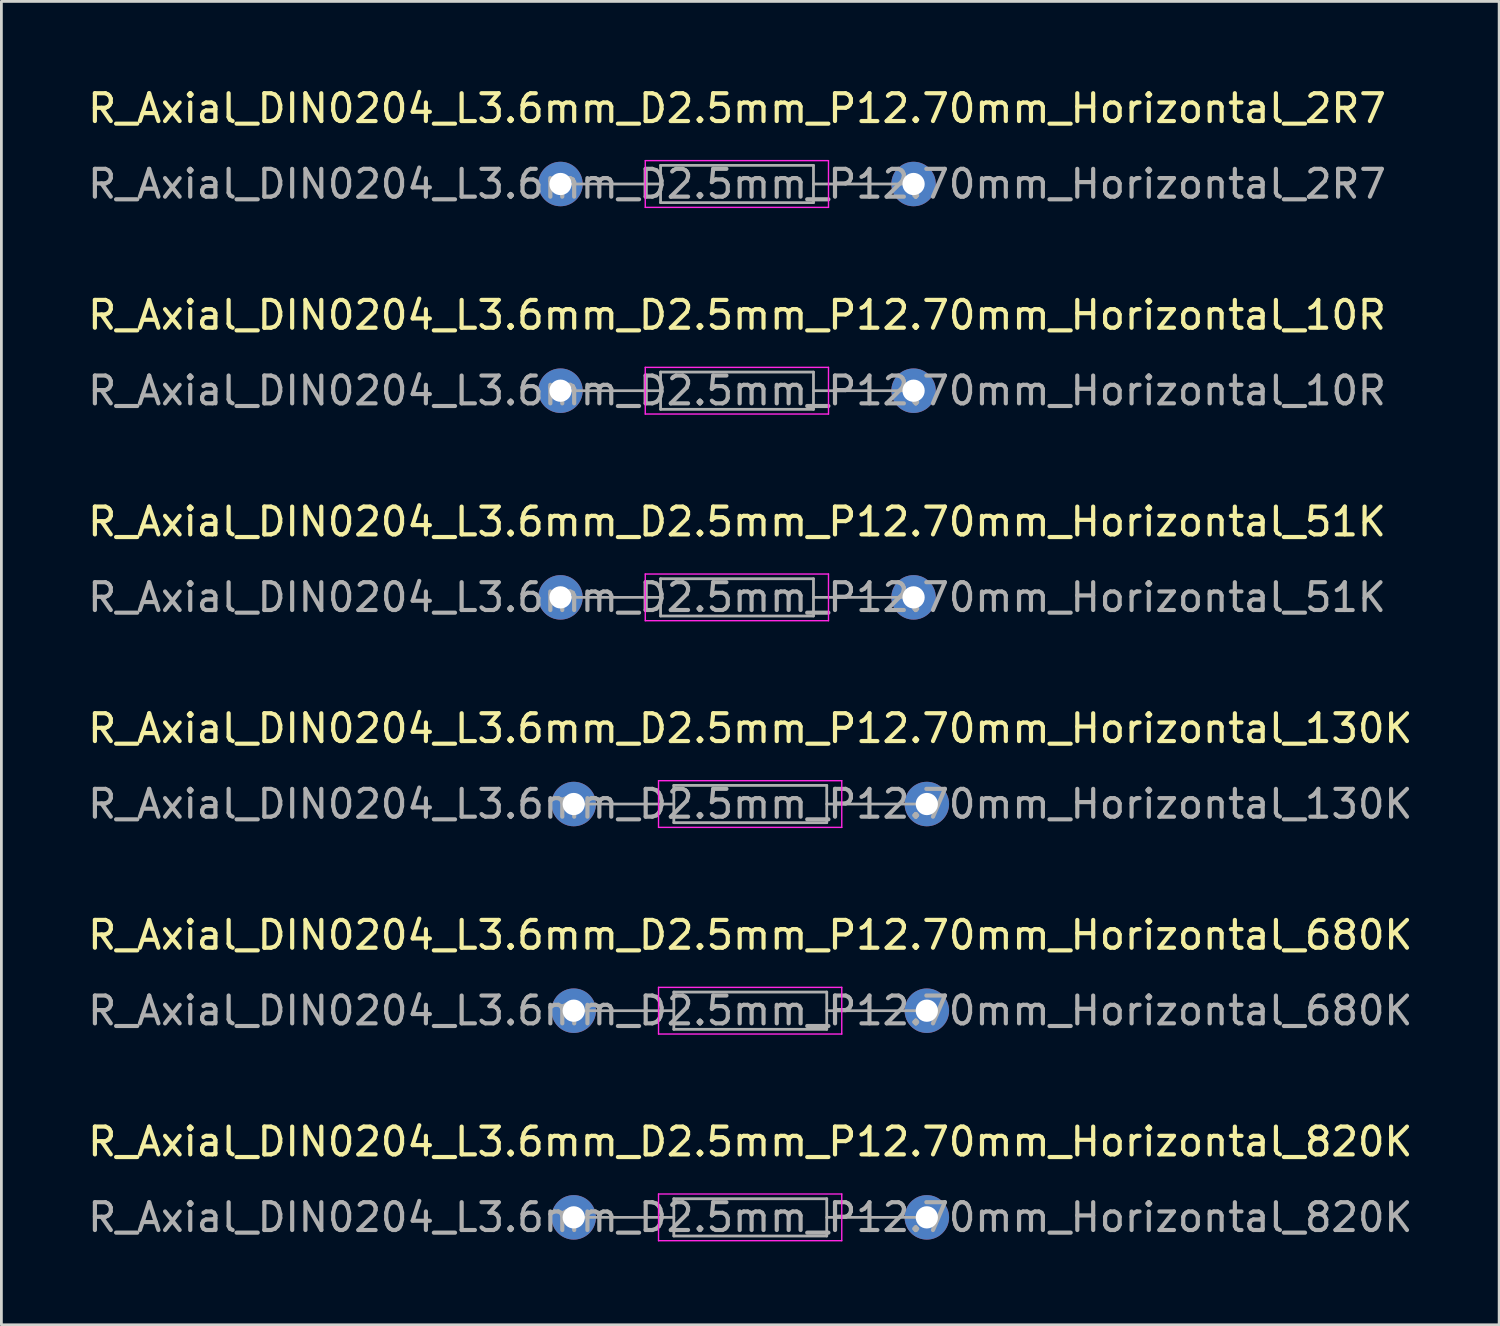
<source format=kicad_pcb>
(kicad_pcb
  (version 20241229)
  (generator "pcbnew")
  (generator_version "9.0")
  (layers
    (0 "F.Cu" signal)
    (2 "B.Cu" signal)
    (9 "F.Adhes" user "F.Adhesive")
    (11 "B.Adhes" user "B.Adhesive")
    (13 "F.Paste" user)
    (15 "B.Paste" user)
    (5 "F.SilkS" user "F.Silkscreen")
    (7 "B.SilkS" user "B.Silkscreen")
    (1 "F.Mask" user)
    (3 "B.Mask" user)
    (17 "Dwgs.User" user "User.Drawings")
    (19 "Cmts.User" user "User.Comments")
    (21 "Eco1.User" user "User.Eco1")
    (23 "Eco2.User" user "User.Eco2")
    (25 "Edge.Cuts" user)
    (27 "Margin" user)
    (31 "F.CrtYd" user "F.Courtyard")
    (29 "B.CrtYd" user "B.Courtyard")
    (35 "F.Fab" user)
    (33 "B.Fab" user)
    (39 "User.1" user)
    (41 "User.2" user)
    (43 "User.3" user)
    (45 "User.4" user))
  (footprint "R_Axial_DIN0204_L3.6mm_D2.5mm_P12.70mm_Horizontal_2R7"
    (layer "F.Cu")
    (at 17.108 3.568)
    (property "Reference" "R_Axial_DIN0204_L3.6mm_D2.5mm_P12.70mm_Horizontal_2R7" (at 6.35 -2.72 0) (layer "F.SilkS") (effects (font (size 1 1) (thickness 0.15))))
    (attr through_hole)
    (fp_line (start 3.05 -0.84) (end 3.05 0.84) (stroke (width 0.05) (type solid)) (layer "F.CrtYd"))
    (fp_line (start 3.05 0.84) (end 9.64 0.84) (stroke (width 0.05) (type solid)) (layer "F.CrtYd"))
    (fp_line (start 9.64 -0.84) (end 3.05 -0.84) (stroke (width 0.05) (type solid)) (layer "F.CrtYd"))
    (fp_line (start 9.64 0.84) (end 9.64 -0.84) (stroke (width 0.05) (type solid)) (layer "F.CrtYd"))
    (fp_line (start 0 0) (end 3.6 0) (stroke (width 0.1) (type solid)) (layer "F.Fab"))
    (fp_line (start 3.6 -0.67) (end 3.6 0.67) (stroke (width 0.1) (type solid)) (layer "F.Fab"))
    (fp_line (start 3.6 0.67) (end 9.1 0.67) (stroke (width 0.1) (type solid)) (layer "F.Fab"))
    (fp_line (start 9.1 -0.67) (end 3.6 -0.67) (stroke (width 0.1) (type solid)) (layer "F.Fab"))
    (fp_line (start 9.1 0.67) (end 9.1 -0.67) (stroke (width 0.1) (type solid)) (layer "F.Fab"))
    (fp_line (start 12.7 0) (end 9.1 0) (stroke (width 0.1) (type solid)) (layer "F.Fab"))
    (fp_text user "${REFERENCE}" (at 6.35 0 0) (layer "F.Fab") (effects (font (size 1 1) (thickness 0.15))))
    (pad "1" thru_hole oval (at 0 0) (size 1.6 1.6) (drill 0.8) (layers "*.Cu" "*.Mask"))
    (pad "2" thru_hole oval (at 12.7 0) (size 1.6 1.6) (drill 0.8) (layers "*.Cu" "*.Mask")))
  (footprint "R_Axial_DIN0204_L3.6mm_D2.5mm_P12.70mm_Horizontal_10R"
    (layer "F.Cu")
    (at 17.108 11.002)
    (property "Reference" "R_Axial_DIN0204_L3.6mm_D2.5mm_P12.70mm_Horizontal_10R" (at 6.35 -2.72 0) (layer "F.SilkS") (effects (font (size 1 1) (thickness 0.15))))
    (attr through_hole)
    (fp_line (start 3.05 -0.84) (end 3.05 0.84) (stroke (width 0.05) (type solid)) (layer "F.CrtYd"))
    (fp_line (start 3.05 0.84) (end 9.64 0.84) (stroke (width 0.05) (type solid)) (layer "F.CrtYd"))
    (fp_line (start 9.64 -0.84) (end 3.05 -0.84) (stroke (width 0.05) (type solid)) (layer "F.CrtYd"))
    (fp_line (start 9.64 0.84) (end 9.64 -0.84) (stroke (width 0.05) (type solid)) (layer "F.CrtYd"))
    (fp_line (start 0 0) (end 3.6 0) (stroke (width 0.1) (type solid)) (layer "F.Fab"))
    (fp_line (start 3.6 -0.67) (end 3.6 0.67) (stroke (width 0.1) (type solid)) (layer "F.Fab"))
    (fp_line (start 3.6 0.67) (end 9.1 0.67) (stroke (width 0.1) (type solid)) (layer "F.Fab"))
    (fp_line (start 9.1 -0.67) (end 3.6 -0.67) (stroke (width 0.1) (type solid)) (layer "F.Fab"))
    (fp_line (start 9.1 0.67) (end 9.1 -0.67) (stroke (width 0.1) (type solid)) (layer "F.Fab"))
    (fp_line (start 12.7 0) (end 9.1 0) (stroke (width 0.1) (type solid)) (layer "F.Fab"))
    (fp_text user "${REFERENCE}" (at 6.35 0 0) (layer "F.Fab") (effects (font (size 1 1) (thickness 0.15))))
    (pad "1" thru_hole oval (at 0 0) (size 1.6 1.6) (drill 0.8) (layers "*.Cu" "*.Mask"))
    (pad "2" thru_hole oval (at 12.7 0) (size 1.6 1.6) (drill 0.8) (layers "*.Cu" "*.Mask")))
  (footprint "R_Axial_DIN0204_L3.6mm_D2.5mm_P12.70mm_Horizontal_51K"
    (layer "F.Cu")
    (at 17.108 18.435)
    (property "Reference" "R_Axial_DIN0204_L3.6mm_D2.5mm_P12.70mm_Horizontal_51K" (at 6.35 -2.72 0) (layer "F.SilkS") (effects (font (size 1 1) (thickness 0.15))))
    (attr through_hole)
    (fp_line (start 3.05 -0.84) (end 3.05 0.84) (stroke (width 0.05) (type solid)) (layer "F.CrtYd"))
    (fp_line (start 3.05 0.84) (end 9.64 0.84) (stroke (width 0.05) (type solid)) (layer "F.CrtYd"))
    (fp_line (start 9.64 -0.84) (end 3.05 -0.84) (stroke (width 0.05) (type solid)) (layer "F.CrtYd"))
    (fp_line (start 9.64 0.84) (end 9.64 -0.84) (stroke (width 0.05) (type solid)) (layer "F.CrtYd"))
    (fp_line (start 0 0) (end 3.6 0) (stroke (width 0.1) (type solid)) (layer "F.Fab"))
    (fp_line (start 3.6 -0.67) (end 3.6 0.67) (stroke (width 0.1) (type solid)) (layer "F.Fab"))
    (fp_line (start 3.6 0.67) (end 9.1 0.67) (stroke (width 0.1) (type solid)) (layer "F.Fab"))
    (fp_line (start 9.1 -0.67) (end 3.6 -0.67) (stroke (width 0.1) (type solid)) (layer "F.Fab"))
    (fp_line (start 9.1 0.67) (end 9.1 -0.67) (stroke (width 0.1) (type solid)) (layer "F.Fab"))
    (fp_line (start 12.7 0) (end 9.1 0) (stroke (width 0.1) (type solid)) (layer "F.Fab"))
    (fp_text user "${REFERENCE}" (at 6.35 0 0) (layer "F.Fab") (effects (font (size 1 1) (thickness 0.15))))
    (pad "1" thru_hole oval (at 0 0) (size 1.6 1.6) (drill 0.8) (layers "*.Cu" "*.Mask"))
    (pad "2" thru_hole oval (at 12.7 0) (size 1.6 1.6) (drill 0.8) (layers "*.Cu" "*.Mask")))
  (footprint "R_Axial_DIN0204_L3.6mm_D2.5mm_P12.70mm_Horizontal_680K"
    (layer "F.Cu")
    (at 17.585 33.301)
    (property "Reference" "R_Axial_DIN0204_L3.6mm_D2.5mm_P12.70mm_Horizontal_680K" (at 6.35 -2.72 0) (layer "F.SilkS") (effects (font (size 1 1) (thickness 0.15))))
    (attr through_hole)
    (fp_line (start 3.05 -0.84) (end 3.05 0.84) (stroke (width 0.05) (type solid)) (layer "F.CrtYd"))
    (fp_line (start 3.05 0.84) (end 9.64 0.84) (stroke (width 0.05) (type solid)) (layer "F.CrtYd"))
    (fp_line (start 9.64 -0.84) (end 3.05 -0.84) (stroke (width 0.05) (type solid)) (layer "F.CrtYd"))
    (fp_line (start 9.64 0.84) (end 9.64 -0.84) (stroke (width 0.05) (type solid)) (layer "F.CrtYd"))
    (fp_line (start 0 0) (end 3.6 0) (stroke (width 0.1) (type solid)) (layer "F.Fab"))
    (fp_line (start 3.6 -0.67) (end 3.6 0.67) (stroke (width 0.1) (type solid)) (layer "F.Fab"))
    (fp_line (start 3.6 0.67) (end 9.1 0.67) (stroke (width 0.1) (type solid)) (layer "F.Fab"))
    (fp_line (start 9.1 -0.67) (end 3.6 -0.67) (stroke (width 0.1) (type solid)) (layer "F.Fab"))
    (fp_line (start 9.1 0.67) (end 9.1 -0.67) (stroke (width 0.1) (type solid)) (layer "F.Fab"))
    (fp_line (start 12.7 0) (end 9.1 0) (stroke (width 0.1) (type solid)) (layer "F.Fab"))
    (fp_text user "${REFERENCE}" (at 6.35 0 0) (layer "F.Fab") (effects (font (size 1 1) (thickness 0.15))))
    (pad "1" thru_hole oval (at 0 0) (size 1.6 1.6) (drill 0.8) (layers "*.Cu" "*.Mask"))
    (pad "2" thru_hole oval (at 12.7 0) (size 1.6 1.6) (drill 0.8) (layers "*.Cu" "*.Mask")))
  (footprint "R_Axial_DIN0204_L3.6mm_D2.5mm_P12.70mm_Horizontal_820K"
    (layer "F.Cu")
    (at 17.585 40.734)
    (property "Reference" "R_Axial_DIN0204_L3.6mm_D2.5mm_P12.70mm_Horizontal_820K" (at 6.35 -2.72 0) (layer "F.SilkS") (effects (font (size 1 1) (thickness 0.15))))
    (attr through_hole)
    (fp_line (start 3.05 -0.84) (end 3.05 0.84) (stroke (width 0.05) (type solid)) (layer "F.CrtYd"))
    (fp_line (start 3.05 0.84) (end 9.64 0.84) (stroke (width 0.05) (type solid)) (layer "F.CrtYd"))
    (fp_line (start 9.64 -0.84) (end 3.05 -0.84) (stroke (width 0.05) (type solid)) (layer "F.CrtYd"))
    (fp_line (start 9.64 0.84) (end 9.64 -0.84) (stroke (width 0.05) (type solid)) (layer "F.CrtYd"))
    (fp_line (start 0 0) (end 3.6 0) (stroke (width 0.1) (type solid)) (layer "F.Fab"))
    (fp_line (start 3.6 -0.67) (end 3.6 0.67) (stroke (width 0.1) (type solid)) (layer "F.Fab"))
    (fp_line (start 3.6 0.67) (end 9.1 0.67) (stroke (width 0.1) (type solid)) (layer "F.Fab"))
    (fp_line (start 9.1 -0.67) (end 3.6 -0.67) (stroke (width 0.1) (type solid)) (layer "F.Fab"))
    (fp_line (start 9.1 0.67) (end 9.1 -0.67) (stroke (width 0.1) (type solid)) (layer "F.Fab"))
    (fp_line (start 12.7 0) (end 9.1 0) (stroke (width 0.1) (type solid)) (layer "F.Fab"))
    (fp_text user "${REFERENCE}" (at 6.35 0 0) (layer "F.Fab") (effects (font (size 1 1) (thickness 0.15))))
    (pad "1" thru_hole oval (at 0 0) (size 1.6 1.6) (drill 0.8) (layers "*.Cu" "*.Mask"))
    (pad "2" thru_hole oval (at 12.7 0) (size 1.6 1.6) (drill 0.8) (layers "*.Cu" "*.Mask")))
  (footprint "R_Axial_DIN0204_L3.6mm_D2.5mm_P12.70mm_Horizontal_130K"
    (layer "F.Cu")
    (at 17.585 25.868)
    (property "Reference" "R_Axial_DIN0204_L3.6mm_D2.5mm_P12.70mm_Horizontal_130K" (at 6.35 -2.72 0) (layer "F.SilkS") (effects (font (size 1 1) (thickness 0.15))))
    (attr through_hole)
    (fp_line (start 3.05 -0.84) (end 3.05 0.84) (stroke (width 0.05) (type solid)) (layer "F.CrtYd"))
    (fp_line (start 3.05 0.84) (end 9.64 0.84) (stroke (width 0.05) (type solid)) (layer "F.CrtYd"))
    (fp_line (start 9.64 -0.84) (end 3.05 -0.84) (stroke (width 0.05) (type solid)) (layer "F.CrtYd"))
    (fp_line (start 9.64 0.84) (end 9.64 -0.84) (stroke (width 0.05) (type solid)) (layer "F.CrtYd"))
    (fp_line (start 0 0) (end 3.6 0) (stroke (width 0.1) (type solid)) (layer "F.Fab"))
    (fp_line (start 3.6 -0.67) (end 3.6 0.67) (stroke (width 0.1) (type solid)) (layer "F.Fab"))
    (fp_line (start 3.6 0.67) (end 9.1 0.67) (stroke (width 0.1) (type solid)) (layer "F.Fab"))
    (fp_line (start 9.1 -0.67) (end 3.6 -0.67) (stroke (width 0.1) (type solid)) (layer "F.Fab"))
    (fp_line (start 9.1 0.67) (end 9.1 -0.67) (stroke (width 0.1) (type solid)) (layer "F.Fab"))
    (fp_line (start 12.7 0) (end 9.1 0) (stroke (width 0.1) (type solid)) (layer "F.Fab"))
    (fp_text user "${REFERENCE}" (at 6.35 0 0) (layer "F.Fab") (effects (font (size 1 1) (thickness 0.15))))
    (pad "1" thru_hole oval (at 0 0) (size 1.6 1.6) (drill 0.8) (layers "*.Cu" "*.Mask"))
    (pad "2" thru_hole oval (at 12.7 0) (size 1.6 1.6) (drill 0.8) (layers "*.Cu" "*.Mask")))
  (gr_rect
    (start -3 -3)
    (end 50.869 44.599)
    (stroke (width 0.1) (type default))
    (fill no)
    (layer "Edge.Cuts")))
</source>
